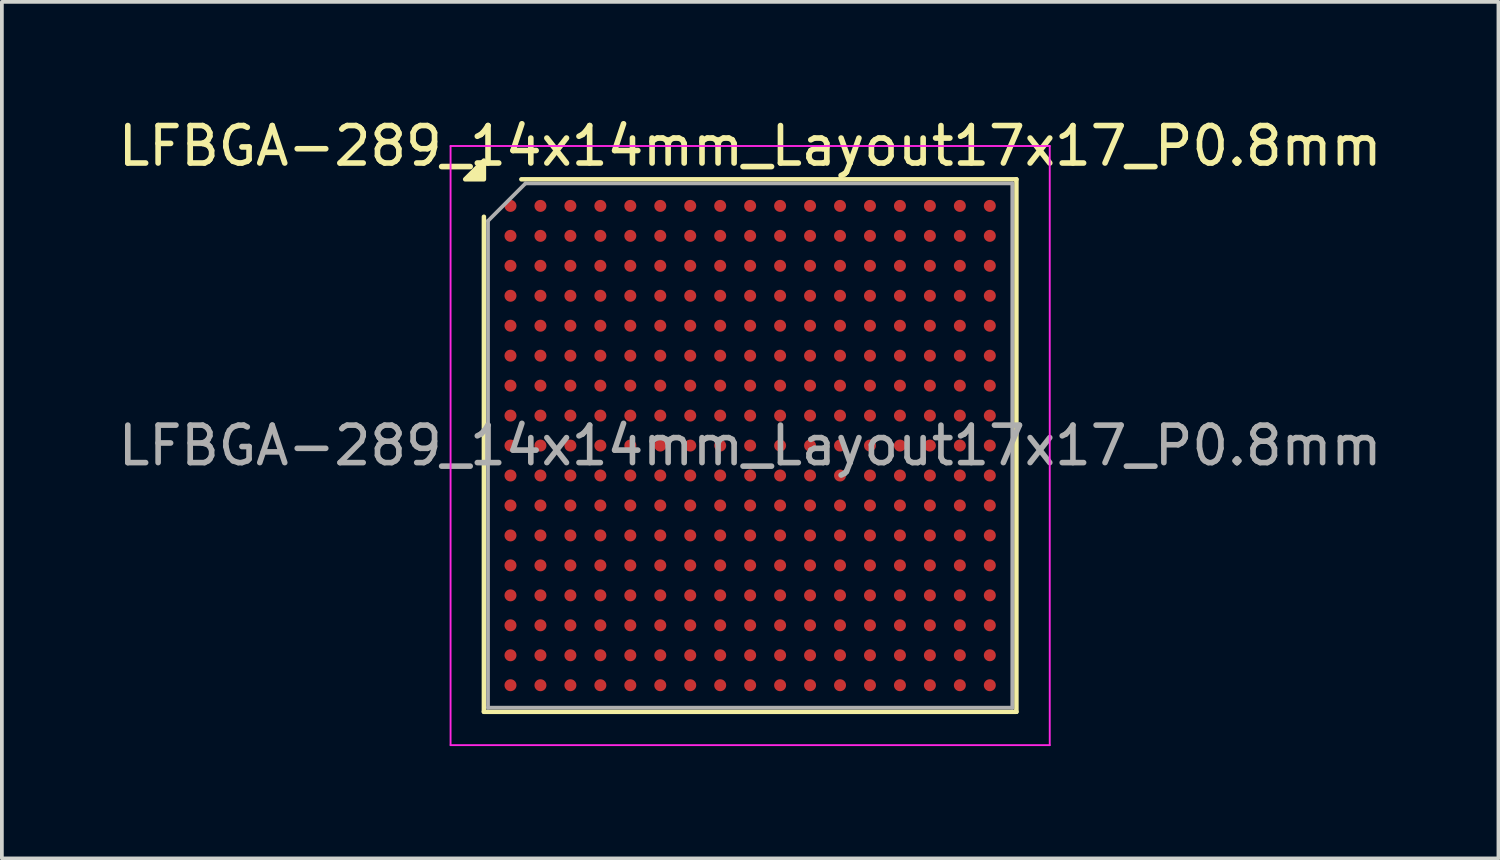
<source format=kicad_pcb>
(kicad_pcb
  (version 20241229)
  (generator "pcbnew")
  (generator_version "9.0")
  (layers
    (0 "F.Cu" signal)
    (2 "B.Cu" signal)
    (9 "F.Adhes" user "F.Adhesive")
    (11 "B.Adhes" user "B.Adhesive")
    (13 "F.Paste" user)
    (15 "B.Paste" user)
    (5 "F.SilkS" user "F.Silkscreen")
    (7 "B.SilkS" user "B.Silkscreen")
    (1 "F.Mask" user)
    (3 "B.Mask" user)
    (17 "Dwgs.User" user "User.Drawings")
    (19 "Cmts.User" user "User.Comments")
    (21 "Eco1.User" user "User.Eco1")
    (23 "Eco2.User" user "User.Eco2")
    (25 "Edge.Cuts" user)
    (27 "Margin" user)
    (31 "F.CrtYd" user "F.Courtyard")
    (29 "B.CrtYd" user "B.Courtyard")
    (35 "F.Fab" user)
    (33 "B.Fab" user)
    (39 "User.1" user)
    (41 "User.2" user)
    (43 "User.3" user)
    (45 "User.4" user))
  (footprint "LFBGA-289_14x14mm_Layout17x17_P0.8mm"
    (layer "F.Cu")
    (at 16.982 8.848)
    (property "Reference" "LFBGA-289_14x14mm_Layout17x17_P0.8mm" (at 0 -8 0) (layer "F.SilkS") (effects (font (size 1 1) (thickness 0.15))))
    (attr smd)
    (fp_line (start -7.11 7.11) (end -7.11 -6.11) (stroke (width 0.12) (type solid)) (layer "F.SilkS"))
    (fp_line (start -6.11 -7.11) (end 7.11 -7.11) (stroke (width 0.12) (type solid)) (layer "F.SilkS"))
    (fp_line (start 7.11 -7.11) (end 7.11 7.11) (stroke (width 0.12) (type solid)) (layer "F.SilkS"))
    (fp_line (start 7.11 7.11) (end -7.11 7.11) (stroke (width 0.12) (type solid)) (layer "F.SilkS"))
    (fp_poly (pts (xy -7.11 -7.11) (xy -7.61 -7.11) (xy -7.11 -7.61)) (stroke (width 0.12) (type solid)) (fill yes) (layer "F.SilkS"))
    (fp_line (start -8 -8) (end -8 8) (stroke (width 0.05) (type solid)) (layer "F.CrtYd"))
    (fp_line (start -8 8) (end 8 8) (stroke (width 0.05) (type solid)) (layer "F.CrtYd"))
    (fp_line (start 8 -8) (end -8 -8) (stroke (width 0.05) (type solid)) (layer "F.CrtYd"))
    (fp_line (start 8 8) (end 8 -8) (stroke (width 0.05) (type solid)) (layer "F.CrtYd"))
    (fp_line (start -7 -6) (end -6 -7) (stroke (width 0.1) (type solid)) (layer "F.Fab"))
    (fp_line (start -7 7) (end -7 -6) (stroke (width 0.1) (type solid)) (layer "F.Fab"))
    (fp_line (start -6 -7) (end 7 -7) (stroke (width 0.1) (type solid)) (layer "F.Fab"))
    (fp_line (start 7 -7) (end 7 7) (stroke (width 0.1) (type solid)) (layer "F.Fab"))
    (fp_line (start 7 7) (end -7 7) (stroke (width 0.1) (type solid)) (layer "F.Fab"))
    (fp_text user "${REFERENCE}" (at 0 0 0) (layer "F.Fab") (effects (font (size 1 1) (thickness 0.15))))
    (pad "A1" smd circle (at -6.4 -6.4) (size 0.32 0.32) (property pad_prop_bga) (layers "F.Cu" "F.Mask" "F.Paste"))
    (pad "A2" smd circle (at -5.6 -6.4) (size 0.32 0.32) (property pad_prop_bga) (layers "F.Cu" "F.Mask" "F.Paste"))
    (pad "A3" smd circle (at -4.8 -6.4) (size 0.32 0.32) (property pad_prop_bga) (layers "F.Cu" "F.Mask" "F.Paste"))
    (pad "A4" smd circle (at -4 -6.4) (size 0.32 0.32) (property pad_prop_bga) (layers "F.Cu" "F.Mask" "F.Paste"))
    (pad "A5" smd circle (at -3.2 -6.4) (size 0.32 0.32) (property pad_prop_bga) (layers "F.Cu" "F.Mask" "F.Paste"))
    (pad "A6" smd circle (at -2.4 -6.4) (size 0.32 0.32) (property pad_prop_bga) (layers "F.Cu" "F.Mask" "F.Paste"))
    (pad "A7" smd circle (at -1.6 -6.4) (size 0.32 0.32) (property pad_prop_bga) (layers "F.Cu" "F.Mask" "F.Paste"))
    (pad "A8" smd circle (at -0.8 -6.4) (size 0.32 0.32) (property pad_prop_bga) (layers "F.Cu" "F.Mask" "F.Paste"))
    (pad "A9" smd circle (at 0 -6.4) (size 0.32 0.32) (property pad_prop_bga) (layers "F.Cu" "F.Mask" "F.Paste"))
    (pad "A10" smd circle (at 0.8 -6.4) (size 0.32 0.32) (property pad_prop_bga) (layers "F.Cu" "F.Mask" "F.Paste"))
    (pad "A11" smd circle (at 1.6 -6.4) (size 0.32 0.32) (property pad_prop_bga) (layers "F.Cu" "F.Mask" "F.Paste"))
    (pad "A12" smd circle (at 2.4 -6.4) (size 0.32 0.32) (property pad_prop_bga) (layers "F.Cu" "F.Mask" "F.Paste"))
    (pad "A13" smd circle (at 3.2 -6.4) (size 0.32 0.32) (property pad_prop_bga) (layers "F.Cu" "F.Mask" "F.Paste"))
    (pad "A14" smd circle (at 4 -6.4) (size 0.32 0.32) (property pad_prop_bga) (layers "F.Cu" "F.Mask" "F.Paste"))
    (pad "A15" smd circle (at 4.8 -6.4) (size 0.32 0.32) (property pad_prop_bga) (layers "F.Cu" "F.Mask" "F.Paste"))
    (pad "A16" smd circle (at 5.6 -6.4) (size 0.32 0.32) (property pad_prop_bga) (layers "F.Cu" "F.Mask" "F.Paste"))
    (pad "A17" smd circle (at 6.4 -6.4) (size 0.32 0.32) (property pad_prop_bga) (layers "F.Cu" "F.Mask" "F.Paste"))
    (pad "B1" smd circle (at -6.4 -5.6) (size 0.32 0.32) (property pad_prop_bga) (layers "F.Cu" "F.Mask" "F.Paste"))
    (pad "B2" smd circle (at -5.6 -5.6) (size 0.32 0.32) (property pad_prop_bga) (layers "F.Cu" "F.Mask" "F.Paste"))
    (pad "B3" smd circle (at -4.8 -5.6) (size 0.32 0.32) (property pad_prop_bga) (layers "F.Cu" "F.Mask" "F.Paste"))
    (pad "B4" smd circle (at -4 -5.6) (size 0.32 0.32) (property pad_prop_bga) (layers "F.Cu" "F.Mask" "F.Paste"))
    (pad "B5" smd circle (at -3.2 -5.6) (size 0.32 0.32) (property pad_prop_bga) (layers "F.Cu" "F.Mask" "F.Paste"))
    (pad "B6" smd circle (at -2.4 -5.6) (size 0.32 0.32) (property pad_prop_bga) (layers "F.Cu" "F.Mask" "F.Paste"))
    (pad "B7" smd circle (at -1.6 -5.6) (size 0.32 0.32) (property pad_prop_bga) (layers "F.Cu" "F.Mask" "F.Paste"))
    (pad "B8" smd circle (at -0.8 -5.6) (size 0.32 0.32) (property pad_prop_bga) (layers "F.Cu" "F.Mask" "F.Paste"))
    (pad "B9" smd circle (at 0 -5.6) (size 0.32 0.32) (property pad_prop_bga) (layers "F.Cu" "F.Mask" "F.Paste"))
    (pad "B10" smd circle (at 0.8 -5.6) (size 0.32 0.32) (property pad_prop_bga) (layers "F.Cu" "F.Mask" "F.Paste"))
    (pad "B11" smd circle (at 1.6 -5.6) (size 0.32 0.32) (property pad_prop_bga) (layers "F.Cu" "F.Mask" "F.Paste"))
    (pad "B12" smd circle (at 2.4 -5.6) (size 0.32 0.32) (property pad_prop_bga) (layers "F.Cu" "F.Mask" "F.Paste"))
    (pad "B13" smd circle (at 3.2 -5.6) (size 0.32 0.32) (property pad_prop_bga) (layers "F.Cu" "F.Mask" "F.Paste"))
    (pad "B14" smd circle (at 4 -5.6) (size 0.32 0.32) (property pad_prop_bga) (layers "F.Cu" "F.Mask" "F.Paste"))
    (pad "B15" smd circle (at 4.8 -5.6) (size 0.32 0.32) (property pad_prop_bga) (layers "F.Cu" "F.Mask" "F.Paste"))
    (pad "B16" smd circle (at 5.6 -5.6) (size 0.32 0.32) (property pad_prop_bga) (layers "F.Cu" "F.Mask" "F.Paste"))
    (pad "B17" smd circle (at 6.4 -5.6) (size 0.32 0.32) (property pad_prop_bga) (layers "F.Cu" "F.Mask" "F.Paste"))
    (pad "C1" smd circle (at -6.4 -4.8) (size 0.32 0.32) (property pad_prop_bga) (layers "F.Cu" "F.Mask" "F.Paste"))
    (pad "C2" smd circle (at -5.6 -4.8) (size 0.32 0.32) (property pad_prop_bga) (layers "F.Cu" "F.Mask" "F.Paste"))
    (pad "C3" smd circle (at -4.8 -4.8) (size 0.32 0.32) (property pad_prop_bga) (layers "F.Cu" "F.Mask" "F.Paste"))
    (pad "C4" smd circle (at -4 -4.8) (size 0.32 0.32) (property pad_prop_bga) (layers "F.Cu" "F.Mask" "F.Paste"))
    (pad "C5" smd circle (at -3.2 -4.8) (size 0.32 0.32) (property pad_prop_bga) (layers "F.Cu" "F.Mask" "F.Paste"))
    (pad "C6" smd circle (at -2.4 -4.8) (size 0.32 0.32) (property pad_prop_bga) (layers "F.Cu" "F.Mask" "F.Paste"))
    (pad "C7" smd circle (at -1.6 -4.8) (size 0.32 0.32) (property pad_prop_bga) (layers "F.Cu" "F.Mask" "F.Paste"))
    (pad "C8" smd circle (at -0.8 -4.8) (size 0.32 0.32) (property pad_prop_bga) (layers "F.Cu" "F.Mask" "F.Paste"))
    (pad "C9" smd circle (at 0 -4.8) (size 0.32 0.32) (property pad_prop_bga) (layers "F.Cu" "F.Mask" "F.Paste"))
    (pad "C10" smd circle (at 0.8 -4.8) (size 0.32 0.32) (property pad_prop_bga) (layers "F.Cu" "F.Mask" "F.Paste"))
    (pad "C11" smd circle (at 1.6 -4.8) (size 0.32 0.32) (property pad_prop_bga) (layers "F.Cu" "F.Mask" "F.Paste"))
    (pad "C12" smd circle (at 2.4 -4.8) (size 0.32 0.32) (property pad_prop_bga) (layers "F.Cu" "F.Mask" "F.Paste"))
    (pad "C13" smd circle (at 3.2 -4.8) (size 0.32 0.32) (property pad_prop_bga) (layers "F.Cu" "F.Mask" "F.Paste"))
    (pad "C14" smd circle (at 4 -4.8) (size 0.32 0.32) (property pad_prop_bga) (layers "F.Cu" "F.Mask" "F.Paste"))
    (pad "C15" smd circle (at 4.8 -4.8) (size 0.32 0.32) (property pad_prop_bga) (layers "F.Cu" "F.Mask" "F.Paste"))
    (pad "C16" smd circle (at 5.6 -4.8) (size 0.32 0.32) (property pad_prop_bga) (layers "F.Cu" "F.Mask" "F.Paste"))
    (pad "C17" smd circle (at 6.4 -4.8) (size 0.32 0.32) (property pad_prop_bga) (layers "F.Cu" "F.Mask" "F.Paste"))
    (pad "D1" smd circle (at -6.4 -4) (size 0.32 0.32) (property pad_prop_bga) (layers "F.Cu" "F.Mask" "F.Paste"))
    (pad "D2" smd circle (at -5.6 -4) (size 0.32 0.32) (property pad_prop_bga) (layers "F.Cu" "F.Mask" "F.Paste"))
    (pad "D3" smd circle (at -4.8 -4) (size 0.32 0.32) (property pad_prop_bga) (layers "F.Cu" "F.Mask" "F.Paste"))
    (pad "D4" smd circle (at -4 -4) (size 0.32 0.32) (property pad_prop_bga) (layers "F.Cu" "F.Mask" "F.Paste"))
    (pad "D5" smd circle (at -3.2 -4) (size 0.32 0.32) (property pad_prop_bga) (layers "F.Cu" "F.Mask" "F.Paste"))
    (pad "D6" smd circle (at -2.4 -4) (size 0.32 0.32) (property pad_prop_bga) (layers "F.Cu" "F.Mask" "F.Paste"))
    (pad "D7" smd circle (at -1.6 -4) (size 0.32 0.32) (property pad_prop_bga) (layers "F.Cu" "F.Mask" "F.Paste"))
    (pad "D8" smd circle (at -0.8 -4) (size 0.32 0.32) (property pad_prop_bga) (layers "F.Cu" "F.Mask" "F.Paste"))
    (pad "D9" smd circle (at 0 -4) (size 0.32 0.32) (property pad_prop_bga) (layers "F.Cu" "F.Mask" "F.Paste"))
    (pad "D10" smd circle (at 0.8 -4) (size 0.32 0.32) (property pad_prop_bga) (layers "F.Cu" "F.Mask" "F.Paste"))
    (pad "D11" smd circle (at 1.6 -4) (size 0.32 0.32) (property pad_prop_bga) (layers "F.Cu" "F.Mask" "F.Paste"))
    (pad "D12" smd circle (at 2.4 -4) (size 0.32 0.32) (property pad_prop_bga) (layers "F.Cu" "F.Mask" "F.Paste"))
    (pad "D13" smd circle (at 3.2 -4) (size 0.32 0.32) (property pad_prop_bga) (layers "F.Cu" "F.Mask" "F.Paste"))
    (pad "D14" smd circle (at 4 -4) (size 0.32 0.32) (property pad_prop_bga) (layers "F.Cu" "F.Mask" "F.Paste"))
    (pad "D15" smd circle (at 4.8 -4) (size 0.32 0.32) (property pad_prop_bga) (layers "F.Cu" "F.Mask" "F.Paste"))
    (pad "D16" smd circle (at 5.6 -4) (size 0.32 0.32) (property pad_prop_bga) (layers "F.Cu" "F.Mask" "F.Paste"))
    (pad "D17" smd circle (at 6.4 -4) (size 0.32 0.32) (property pad_prop_bga) (layers "F.Cu" "F.Mask" "F.Paste"))
    (pad "E1" smd circle (at -6.4 -3.2) (size 0.32 0.32) (property pad_prop_bga) (layers "F.Cu" "F.Mask" "F.Paste"))
    (pad "E2" smd circle (at -5.6 -3.2) (size 0.32 0.32) (property pad_prop_bga) (layers "F.Cu" "F.Mask" "F.Paste"))
    (pad "E3" smd circle (at -4.8 -3.2) (size 0.32 0.32) (property pad_prop_bga) (layers "F.Cu" "F.Mask" "F.Paste"))
    (pad "E4" smd circle (at -4 -3.2) (size 0.32 0.32) (property pad_prop_bga) (layers "F.Cu" "F.Mask" "F.Paste"))
    (pad "E5" smd circle (at -3.2 -3.2) (size 0.32 0.32) (property pad_prop_bga) (layers "F.Cu" "F.Mask" "F.Paste"))
    (pad "E6" smd circle (at -2.4 -3.2) (size 0.32 0.32) (property pad_prop_bga) (layers "F.Cu" "F.Mask" "F.Paste"))
    (pad "E7" smd circle (at -1.6 -3.2) (size 0.32 0.32) (property pad_prop_bga) (layers "F.Cu" "F.Mask" "F.Paste"))
    (pad "E8" smd circle (at -0.8 -3.2) (size 0.32 0.32) (property pad_prop_bga) (layers "F.Cu" "F.Mask" "F.Paste"))
    (pad "E9" smd circle (at 0 -3.2) (size 0.32 0.32) (property pad_prop_bga) (layers "F.Cu" "F.Mask" "F.Paste"))
    (pad "E10" smd circle (at 0.8 -3.2) (size 0.32 0.32) (property pad_prop_bga) (layers "F.Cu" "F.Mask" "F.Paste"))
    (pad "E11" smd circle (at 1.6 -3.2) (size 0.32 0.32) (property pad_prop_bga) (layers "F.Cu" "F.Mask" "F.Paste"))
    (pad "E12" smd circle (at 2.4 -3.2) (size 0.32 0.32) (property pad_prop_bga) (layers "F.Cu" "F.Mask" "F.Paste"))
    (pad "E13" smd circle (at 3.2 -3.2) (size 0.32 0.32) (property pad_prop_bga) (layers "F.Cu" "F.Mask" "F.Paste"))
    (pad "E14" smd circle (at 4 -3.2) (size 0.32 0.32) (property pad_prop_bga) (layers "F.Cu" "F.Mask" "F.Paste"))
    (pad "E15" smd circle (at 4.8 -3.2) (size 0.32 0.32) (property pad_prop_bga) (layers "F.Cu" "F.Mask" "F.Paste"))
    (pad "E16" smd circle (at 5.6 -3.2) (size 0.32 0.32) (property pad_prop_bga) (layers "F.Cu" "F.Mask" "F.Paste"))
    (pad "E17" smd circle (at 6.4 -3.2) (size 0.32 0.32) (property pad_prop_bga) (layers "F.Cu" "F.Mask" "F.Paste"))
    (pad "F1" smd circle (at -6.4 -2.4) (size 0.32 0.32) (property pad_prop_bga) (layers "F.Cu" "F.Mask" "F.Paste"))
    (pad "F2" smd circle (at -5.6 -2.4) (size 0.32 0.32) (property pad_prop_bga) (layers "F.Cu" "F.Mask" "F.Paste"))
    (pad "F3" smd circle (at -4.8 -2.4) (size 0.32 0.32) (property pad_prop_bga) (layers "F.Cu" "F.Mask" "F.Paste"))
    (pad "F4" smd circle (at -4 -2.4) (size 0.32 0.32) (property pad_prop_bga) (layers "F.Cu" "F.Mask" "F.Paste"))
    (pad "F5" smd circle (at -3.2 -2.4) (size 0.32 0.32) (property pad_prop_bga) (layers "F.Cu" "F.Mask" "F.Paste"))
    (pad "F6" smd circle (at -2.4 -2.4) (size 0.32 0.32) (property pad_prop_bga) (layers "F.Cu" "F.Mask" "F.Paste"))
    (pad "F7" smd circle (at -1.6 -2.4) (size 0.32 0.32) (property pad_prop_bga) (layers "F.Cu" "F.Mask" "F.Paste"))
    (pad "F8" smd circle (at -0.8 -2.4) (size 0.32 0.32) (property pad_prop_bga) (layers "F.Cu" "F.Mask" "F.Paste"))
    (pad "F9" smd circle (at 0 -2.4) (size 0.32 0.32) (property pad_prop_bga) (layers "F.Cu" "F.Mask" "F.Paste"))
    (pad "F10" smd circle (at 0.8 -2.4) (size 0.32 0.32) (property pad_prop_bga) (layers "F.Cu" "F.Mask" "F.Paste"))
    (pad "F11" smd circle (at 1.6 -2.4) (size 0.32 0.32) (property pad_prop_bga) (layers "F.Cu" "F.Mask" "F.Paste"))
    (pad "F12" smd circle (at 2.4 -2.4) (size 0.32 0.32) (property pad_prop_bga) (layers "F.Cu" "F.Mask" "F.Paste"))
    (pad "F13" smd circle (at 3.2 -2.4) (size 0.32 0.32) (property pad_prop_bga) (layers "F.Cu" "F.Mask" "F.Paste"))
    (pad "F14" smd circle (at 4 -2.4) (size 0.32 0.32) (property pad_prop_bga) (layers "F.Cu" "F.Mask" "F.Paste"))
    (pad "F15" smd circle (at 4.8 -2.4) (size 0.32 0.32) (property pad_prop_bga) (layers "F.Cu" "F.Mask" "F.Paste"))
    (pad "F16" smd circle (at 5.6 -2.4) (size 0.32 0.32) (property pad_prop_bga) (layers "F.Cu" "F.Mask" "F.Paste"))
    (pad "F17" smd circle (at 6.4 -2.4) (size 0.32 0.32) (property pad_prop_bga) (layers "F.Cu" "F.Mask" "F.Paste"))
    (pad "G1" smd circle (at -6.4 -1.6) (size 0.32 0.32) (property pad_prop_bga) (layers "F.Cu" "F.Mask" "F.Paste"))
    (pad "G2" smd circle (at -5.6 -1.6) (size 0.32 0.32) (property pad_prop_bga) (layers "F.Cu" "F.Mask" "F.Paste"))
    (pad "G3" smd circle (at -4.8 -1.6) (size 0.32 0.32) (property pad_prop_bga) (layers "F.Cu" "F.Mask" "F.Paste"))
    (pad "G4" smd circle (at -4 -1.6) (size 0.32 0.32) (property pad_prop_bga) (layers "F.Cu" "F.Mask" "F.Paste"))
    (pad "G5" smd circle (at -3.2 -1.6) (size 0.32 0.32) (property pad_prop_bga) (layers "F.Cu" "F.Mask" "F.Paste"))
    (pad "G6" smd circle (at -2.4 -1.6) (size 0.32 0.32) (property pad_prop_bga) (layers "F.Cu" "F.Mask" "F.Paste"))
    (pad "G7" smd circle (at -1.6 -1.6) (size 0.32 0.32) (property pad_prop_bga) (layers "F.Cu" "F.Mask" "F.Paste"))
    (pad "G8" smd circle (at -0.8 -1.6) (size 0.32 0.32) (property pad_prop_bga) (layers "F.Cu" "F.Mask" "F.Paste"))
    (pad "G9" smd circle (at 0 -1.6) (size 0.32 0.32) (property pad_prop_bga) (layers "F.Cu" "F.Mask" "F.Paste"))
    (pad "G10" smd circle (at 0.8 -1.6) (size 0.32 0.32) (property pad_prop_bga) (layers "F.Cu" "F.Mask" "F.Paste"))
    (pad "G11" smd circle (at 1.6 -1.6) (size 0.32 0.32) (property pad_prop_bga) (layers "F.Cu" "F.Mask" "F.Paste"))
    (pad "G12" smd circle (at 2.4 -1.6) (size 0.32 0.32) (property pad_prop_bga) (layers "F.Cu" "F.Mask" "F.Paste"))
    (pad "G13" smd circle (at 3.2 -1.6) (size 0.32 0.32) (property pad_prop_bga) (layers "F.Cu" "F.Mask" "F.Paste"))
    (pad "G14" smd circle (at 4 -1.6) (size 0.32 0.32) (property pad_prop_bga) (layers "F.Cu" "F.Mask" "F.Paste"))
    (pad "G15" smd circle (at 4.8 -1.6) (size 0.32 0.32) (property pad_prop_bga) (layers "F.Cu" "F.Mask" "F.Paste"))
    (pad "G16" smd circle (at 5.6 -1.6) (size 0.32 0.32) (property pad_prop_bga) (layers "F.Cu" "F.Mask" "F.Paste"))
    (pad "G17" smd circle (at 6.4 -1.6) (size 0.32 0.32) (property pad_prop_bga) (layers "F.Cu" "F.Mask" "F.Paste"))
    (pad "H1" smd circle (at -6.4 -0.8) (size 0.32 0.32) (property pad_prop_bga) (layers "F.Cu" "F.Mask" "F.Paste"))
    (pad "H2" smd circle (at -5.6 -0.8) (size 0.32 0.32) (property pad_prop_bga) (layers "F.Cu" "F.Mask" "F.Paste"))
    (pad "H3" smd circle (at -4.8 -0.8) (size 0.32 0.32) (property pad_prop_bga) (layers "F.Cu" "F.Mask" "F.Paste"))
    (pad "H4" smd circle (at -4 -0.8) (size 0.32 0.32) (property pad_prop_bga) (layers "F.Cu" "F.Mask" "F.Paste"))
    (pad "H5" smd circle (at -3.2 -0.8) (size 0.32 0.32) (property pad_prop_bga) (layers "F.Cu" "F.Mask" "F.Paste"))
    (pad "H6" smd circle (at -2.4 -0.8) (size 0.32 0.32) (property pad_prop_bga) (layers "F.Cu" "F.Mask" "F.Paste"))
    (pad "H7" smd circle (at -1.6 -0.8) (size 0.32 0.32) (property pad_prop_bga) (layers "F.Cu" "F.Mask" "F.Paste"))
    (pad "H8" smd circle (at -0.8 -0.8) (size 0.32 0.32) (property pad_prop_bga) (layers "F.Cu" "F.Mask" "F.Paste"))
    (pad "H9" smd circle (at 0 -0.8) (size 0.32 0.32) (property pad_prop_bga) (layers "F.Cu" "F.Mask" "F.Paste"))
    (pad "H10" smd circle (at 0.8 -0.8) (size 0.32 0.32) (property pad_prop_bga) (layers "F.Cu" "F.Mask" "F.Paste"))
    (pad "H11" smd circle (at 1.6 -0.8) (size 0.32 0.32) (property pad_prop_bga) (layers "F.Cu" "F.Mask" "F.Paste"))
    (pad "H12" smd circle (at 2.4 -0.8) (size 0.32 0.32) (property pad_prop_bga) (layers "F.Cu" "F.Mask" "F.Paste"))
    (pad "H13" smd circle (at 3.2 -0.8) (size 0.32 0.32) (property pad_prop_bga) (layers "F.Cu" "F.Mask" "F.Paste"))
    (pad "H14" smd circle (at 4 -0.8) (size 0.32 0.32) (property pad_prop_bga) (layers "F.Cu" "F.Mask" "F.Paste"))
    (pad "H15" smd circle (at 4.8 -0.8) (size 0.32 0.32) (property pad_prop_bga) (layers "F.Cu" "F.Mask" "F.Paste"))
    (pad "H16" smd circle (at 5.6 -0.8) (size 0.32 0.32) (property pad_prop_bga) (layers "F.Cu" "F.Mask" "F.Paste"))
    (pad "H17" smd circle (at 6.4 -0.8) (size 0.32 0.32) (property pad_prop_bga) (layers "F.Cu" "F.Mask" "F.Paste"))
    (pad "J1" smd circle (at -6.4 0) (size 0.32 0.32) (property pad_prop_bga) (layers "F.Cu" "F.Mask" "F.Paste"))
    (pad "J2" smd circle (at -5.6 0) (size 0.32 0.32) (property pad_prop_bga) (layers "F.Cu" "F.Mask" "F.Paste"))
    (pad "J3" smd circle (at -4.8 0) (size 0.32 0.32) (property pad_prop_bga) (layers "F.Cu" "F.Mask" "F.Paste"))
    (pad "J4" smd circle (at -4 0) (size 0.32 0.32) (property pad_prop_bga) (layers "F.Cu" "F.Mask" "F.Paste"))
    (pad "J5" smd circle (at -3.2 0) (size 0.32 0.32) (property pad_prop_bga) (layers "F.Cu" "F.Mask" "F.Paste"))
    (pad "J6" smd circle (at -2.4 0) (size 0.32 0.32) (property pad_prop_bga) (layers "F.Cu" "F.Mask" "F.Paste"))
    (pad "J7" smd circle (at -1.6 0) (size 0.32 0.32) (property pad_prop_bga) (layers "F.Cu" "F.Mask" "F.Paste"))
    (pad "J8" smd circle (at -0.8 0) (size 0.32 0.32) (property pad_prop_bga) (layers "F.Cu" "F.Mask" "F.Paste"))
    (pad "J9" smd circle (at 0 0) (size 0.32 0.32) (property pad_prop_bga) (layers "F.Cu" "F.Mask" "F.Paste"))
    (pad "J10" smd circle (at 0.8 0) (size 0.32 0.32) (property pad_prop_bga) (layers "F.Cu" "F.Mask" "F.Paste"))
    (pad "J11" smd circle (at 1.6 0) (size 0.32 0.32) (property pad_prop_bga) (layers "F.Cu" "F.Mask" "F.Paste"))
    (pad "J12" smd circle (at 2.4 0) (size 0.32 0.32) (property pad_prop_bga) (layers "F.Cu" "F.Mask" "F.Paste"))
    (pad "J13" smd circle (at 3.2 0) (size 0.32 0.32) (property pad_prop_bga) (layers "F.Cu" "F.Mask" "F.Paste"))
    (pad "J14" smd circle (at 4 0) (size 0.32 0.32) (property pad_prop_bga) (layers "F.Cu" "F.Mask" "F.Paste"))
    (pad "J15" smd circle (at 4.8 0) (size 0.32 0.32) (property pad_prop_bga) (layers "F.Cu" "F.Mask" "F.Paste"))
    (pad "J16" smd circle (at 5.6 0) (size 0.32 0.32) (property pad_prop_bga) (layers "F.Cu" "F.Mask" "F.Paste"))
    (pad "J17" smd circle (at 6.4 0) (size 0.32 0.32) (property pad_prop_bga) (layers "F.Cu" "F.Mask" "F.Paste"))
    (pad "K1" smd circle (at -6.4 0.8) (size 0.32 0.32) (property pad_prop_bga) (layers "F.Cu" "F.Mask" "F.Paste"))
    (pad "K2" smd circle (at -5.6 0.8) (size 0.32 0.32) (property pad_prop_bga) (layers "F.Cu" "F.Mask" "F.Paste"))
    (pad "K3" smd circle (at -4.8 0.8) (size 0.32 0.32) (property pad_prop_bga) (layers "F.Cu" "F.Mask" "F.Paste"))
    (pad "K4" smd circle (at -4 0.8) (size 0.32 0.32) (property pad_prop_bga) (layers "F.Cu" "F.Mask" "F.Paste"))
    (pad "K5" smd circle (at -3.2 0.8) (size 0.32 0.32) (property pad_prop_bga) (layers "F.Cu" "F.Mask" "F.Paste"))
    (pad "K6" smd circle (at -2.4 0.8) (size 0.32 0.32) (property pad_prop_bga) (layers "F.Cu" "F.Mask" "F.Paste"))
    (pad "K7" smd circle (at -1.6 0.8) (size 0.32 0.32) (property pad_prop_bga) (layers "F.Cu" "F.Mask" "F.Paste"))
    (pad "K8" smd circle (at -0.8 0.8) (size 0.32 0.32) (property pad_prop_bga) (layers "F.Cu" "F.Mask" "F.Paste"))
    (pad "K9" smd circle (at 0 0.8) (size 0.32 0.32) (property pad_prop_bga) (layers "F.Cu" "F.Mask" "F.Paste"))
    (pad "K10" smd circle (at 0.8 0.8) (size 0.32 0.32) (property pad_prop_bga) (layers "F.Cu" "F.Mask" "F.Paste"))
    (pad "K11" smd circle (at 1.6 0.8) (size 0.32 0.32) (property pad_prop_bga) (layers "F.Cu" "F.Mask" "F.Paste"))
    (pad "K12" smd circle (at 2.4 0.8) (size 0.32 0.32) (property pad_prop_bga) (layers "F.Cu" "F.Mask" "F.Paste"))
    (pad "K13" smd circle (at 3.2 0.8) (size 0.32 0.32) (property pad_prop_bga) (layers "F.Cu" "F.Mask" "F.Paste"))
    (pad "K14" smd circle (at 4 0.8) (size 0.32 0.32) (property pad_prop_bga) (layers "F.Cu" "F.Mask" "F.Paste"))
    (pad "K15" smd circle (at 4.8 0.8) (size 0.32 0.32) (property pad_prop_bga) (layers "F.Cu" "F.Mask" "F.Paste"))
    (pad "K16" smd circle (at 5.6 0.8) (size 0.32 0.32) (property pad_prop_bga) (layers "F.Cu" "F.Mask" "F.Paste"))
    (pad "K17" smd circle (at 6.4 0.8) (size 0.32 0.32) (property pad_prop_bga) (layers "F.Cu" "F.Mask" "F.Paste"))
    (pad "L1" smd circle (at -6.4 1.6) (size 0.32 0.32) (property pad_prop_bga) (layers "F.Cu" "F.Mask" "F.Paste"))
    (pad "L2" smd circle (at -5.6 1.6) (size 0.32 0.32) (property pad_prop_bga) (layers "F.Cu" "F.Mask" "F.Paste"))
    (pad "L3" smd circle (at -4.8 1.6) (size 0.32 0.32) (property pad_prop_bga) (layers "F.Cu" "F.Mask" "F.Paste"))
    (pad "L4" smd circle (at -4 1.6) (size 0.32 0.32) (property pad_prop_bga) (layers "F.Cu" "F.Mask" "F.Paste"))
    (pad "L5" smd circle (at -3.2 1.6) (size 0.32 0.32) (property pad_prop_bga) (layers "F.Cu" "F.Mask" "F.Paste"))
    (pad "L6" smd circle (at -2.4 1.6) (size 0.32 0.32) (property pad_prop_bga) (layers "F.Cu" "F.Mask" "F.Paste"))
    (pad "L7" smd circle (at -1.6 1.6) (size 0.32 0.32) (property pad_prop_bga) (layers "F.Cu" "F.Mask" "F.Paste"))
    (pad "L8" smd circle (at -0.8 1.6) (size 0.32 0.32) (property pad_prop_bga) (layers "F.Cu" "F.Mask" "F.Paste"))
    (pad "L9" smd circle (at 0 1.6) (size 0.32 0.32) (property pad_prop_bga) (layers "F.Cu" "F.Mask" "F.Paste"))
    (pad "L10" smd circle (at 0.8 1.6) (size 0.32 0.32) (property pad_prop_bga) (layers "F.Cu" "F.Mask" "F.Paste"))
    (pad "L11" smd circle (at 1.6 1.6) (size 0.32 0.32) (property pad_prop_bga) (layers "F.Cu" "F.Mask" "F.Paste"))
    (pad "L12" smd circle (at 2.4 1.6) (size 0.32 0.32) (property pad_prop_bga) (layers "F.Cu" "F.Mask" "F.Paste"))
    (pad "L13" smd circle (at 3.2 1.6) (size 0.32 0.32) (property pad_prop_bga) (layers "F.Cu" "F.Mask" "F.Paste"))
    (pad "L14" smd circle (at 4 1.6) (size 0.32 0.32) (property pad_prop_bga) (layers "F.Cu" "F.Mask" "F.Paste"))
    (pad "L15" smd circle (at 4.8 1.6) (size 0.32 0.32) (property pad_prop_bga) (layers "F.Cu" "F.Mask" "F.Paste"))
    (pad "L16" smd circle (at 5.6 1.6) (size 0.32 0.32) (property pad_prop_bga) (layers "F.Cu" "F.Mask" "F.Paste"))
    (pad "L17" smd circle (at 6.4 1.6) (size 0.32 0.32) (property pad_prop_bga) (layers "F.Cu" "F.Mask" "F.Paste"))
    (pad "M1" smd circle (at -6.4 2.4) (size 0.32 0.32) (property pad_prop_bga) (layers "F.Cu" "F.Mask" "F.Paste"))
    (pad "M2" smd circle (at -5.6 2.4) (size 0.32 0.32) (property pad_prop_bga) (layers "F.Cu" "F.Mask" "F.Paste"))
    (pad "M3" smd circle (at -4.8 2.4) (size 0.32 0.32) (property pad_prop_bga) (layers "F.Cu" "F.Mask" "F.Paste"))
    (pad "M4" smd circle (at -4 2.4) (size 0.32 0.32) (property pad_prop_bga) (layers "F.Cu" "F.Mask" "F.Paste"))
    (pad "M5" smd circle (at -3.2 2.4) (size 0.32 0.32) (property pad_prop_bga) (layers "F.Cu" "F.Mask" "F.Paste"))
    (pad "M6" smd circle (at -2.4 2.4) (size 0.32 0.32) (property pad_prop_bga) (layers "F.Cu" "F.Mask" "F.Paste"))
    (pad "M7" smd circle (at -1.6 2.4) (size 0.32 0.32) (property pad_prop_bga) (layers "F.Cu" "F.Mask" "F.Paste"))
    (pad "M8" smd circle (at -0.8 2.4) (size 0.32 0.32) (property pad_prop_bga) (layers "F.Cu" "F.Mask" "F.Paste"))
    (pad "M9" smd circle (at 0 2.4) (size 0.32 0.32) (property pad_prop_bga) (layers "F.Cu" "F.Mask" "F.Paste"))
    (pad "M10" smd circle (at 0.8 2.4) (size 0.32 0.32) (property pad_prop_bga) (layers "F.Cu" "F.Mask" "F.Paste"))
    (pad "M11" smd circle (at 1.6 2.4) (size 0.32 0.32) (property pad_prop_bga) (layers "F.Cu" "F.Mask" "F.Paste"))
    (pad "M12" smd circle (at 2.4 2.4) (size 0.32 0.32) (property pad_prop_bga) (layers "F.Cu" "F.Mask" "F.Paste"))
    (pad "M13" smd circle (at 3.2 2.4) (size 0.32 0.32) (property pad_prop_bga) (layers "F.Cu" "F.Mask" "F.Paste"))
    (pad "M14" smd circle (at 4 2.4) (size 0.32 0.32) (property pad_prop_bga) (layers "F.Cu" "F.Mask" "F.Paste"))
    (pad "M15" smd circle (at 4.8 2.4) (size 0.32 0.32) (property pad_prop_bga) (layers "F.Cu" "F.Mask" "F.Paste"))
    (pad "M16" smd circle (at 5.6 2.4) (size 0.32 0.32) (property pad_prop_bga) (layers "F.Cu" "F.Mask" "F.Paste"))
    (pad "M17" smd circle (at 6.4 2.4) (size 0.32 0.32) (property pad_prop_bga) (layers "F.Cu" "F.Mask" "F.Paste"))
    (pad "N1" smd circle (at -6.4 3.2) (size 0.32 0.32) (property pad_prop_bga) (layers "F.Cu" "F.Mask" "F.Paste"))
    (pad "N2" smd circle (at -5.6 3.2) (size 0.32 0.32) (property pad_prop_bga) (layers "F.Cu" "F.Mask" "F.Paste"))
    (pad "N3" smd circle (at -4.8 3.2) (size 0.32 0.32) (property pad_prop_bga) (layers "F.Cu" "F.Mask" "F.Paste"))
    (pad "N4" smd circle (at -4 3.2) (size 0.32 0.32) (property pad_prop_bga) (layers "F.Cu" "F.Mask" "F.Paste"))
    (pad "N5" smd circle (at -3.2 3.2) (size 0.32 0.32) (property pad_prop_bga) (layers "F.Cu" "F.Mask" "F.Paste"))
    (pad "N6" smd circle (at -2.4 3.2) (size 0.32 0.32) (property pad_prop_bga) (layers "F.Cu" "F.Mask" "F.Paste"))
    (pad "N7" smd circle (at -1.6 3.2) (size 0.32 0.32) (property pad_prop_bga) (layers "F.Cu" "F.Mask" "F.Paste"))
    (pad "N8" smd circle (at -0.8 3.2) (size 0.32 0.32) (property pad_prop_bga) (layers "F.Cu" "F.Mask" "F.Paste"))
    (pad "N9" smd circle (at 0 3.2) (size 0.32 0.32) (property pad_prop_bga) (layers "F.Cu" "F.Mask" "F.Paste"))
    (pad "N10" smd circle (at 0.8 3.2) (size 0.32 0.32) (property pad_prop_bga) (layers "F.Cu" "F.Mask" "F.Paste"))
    (pad "N11" smd circle (at 1.6 3.2) (size 0.32 0.32) (property pad_prop_bga) (layers "F.Cu" "F.Mask" "F.Paste"))
    (pad "N12" smd circle (at 2.4 3.2) (size 0.32 0.32) (property pad_prop_bga) (layers "F.Cu" "F.Mask" "F.Paste"))
    (pad "N13" smd circle (at 3.2 3.2) (size 0.32 0.32) (property pad_prop_bga) (layers "F.Cu" "F.Mask" "F.Paste"))
    (pad "N14" smd circle (at 4 3.2) (size 0.32 0.32) (property pad_prop_bga) (layers "F.Cu" "F.Mask" "F.Paste"))
    (pad "N15" smd circle (at 4.8 3.2) (size 0.32 0.32) (property pad_prop_bga) (layers "F.Cu" "F.Mask" "F.Paste"))
    (pad "N16" smd circle (at 5.6 3.2) (size 0.32 0.32) (property pad_prop_bga) (layers "F.Cu" "F.Mask" "F.Paste"))
    (pad "N17" smd circle (at 6.4 3.2) (size 0.32 0.32) (property pad_prop_bga) (layers "F.Cu" "F.Mask" "F.Paste"))
    (pad "P1" smd circle (at -6.4 4) (size 0.32 0.32) (property pad_prop_bga) (layers "F.Cu" "F.Mask" "F.Paste"))
    (pad "P2" smd circle (at -5.6 4) (size 0.32 0.32) (property pad_prop_bga) (layers "F.Cu" "F.Mask" "F.Paste"))
    (pad "P3" smd circle (at -4.8 4) (size 0.32 0.32) (property pad_prop_bga) (layers "F.Cu" "F.Mask" "F.Paste"))
    (pad "P4" smd circle (at -4 4) (size 0.32 0.32) (property pad_prop_bga) (layers "F.Cu" "F.Mask" "F.Paste"))
    (pad "P5" smd circle (at -3.2 4) (size 0.32 0.32) (property pad_prop_bga) (layers "F.Cu" "F.Mask" "F.Paste"))
    (pad "P6" smd circle (at -2.4 4) (size 0.32 0.32) (property pad_prop_bga) (layers "F.Cu" "F.Mask" "F.Paste"))
    (pad "P7" smd circle (at -1.6 4) (size 0.32 0.32) (property pad_prop_bga) (layers "F.Cu" "F.Mask" "F.Paste"))
    (pad "P8" smd circle (at -0.8 4) (size 0.32 0.32) (property pad_prop_bga) (layers "F.Cu" "F.Mask" "F.Paste"))
    (pad "P9" smd circle (at 0 4) (size 0.32 0.32) (property pad_prop_bga) (layers "F.Cu" "F.Mask" "F.Paste"))
    (pad "P10" smd circle (at 0.8 4) (size 0.32 0.32) (property pad_prop_bga) (layers "F.Cu" "F.Mask" "F.Paste"))
    (pad "P11" smd circle (at 1.6 4) (size 0.32 0.32) (property pad_prop_bga) (layers "F.Cu" "F.Mask" "F.Paste"))
    (pad "P12" smd circle (at 2.4 4) (size 0.32 0.32) (property pad_prop_bga) (layers "F.Cu" "F.Mask" "F.Paste"))
    (pad "P13" smd circle (at 3.2 4) (size 0.32 0.32) (property pad_prop_bga) (layers "F.Cu" "F.Mask" "F.Paste"))
    (pad "P14" smd circle (at 4 4) (size 0.32 0.32) (property pad_prop_bga) (layers "F.Cu" "F.Mask" "F.Paste"))
    (pad "P15" smd circle (at 4.8 4) (size 0.32 0.32) (property pad_prop_bga) (layers "F.Cu" "F.Mask" "F.Paste"))
    (pad "P16" smd circle (at 5.6 4) (size 0.32 0.32) (property pad_prop_bga) (layers "F.Cu" "F.Mask" "F.Paste"))
    (pad "P17" smd circle (at 6.4 4) (size 0.32 0.32) (property pad_prop_bga) (layers "F.Cu" "F.Mask" "F.Paste"))
    (pad "R1" smd circle (at -6.4 4.8) (size 0.32 0.32) (property pad_prop_bga) (layers "F.Cu" "F.Mask" "F.Paste"))
    (pad "R2" smd circle (at -5.6 4.8) (size 0.32 0.32) (property pad_prop_bga) (layers "F.Cu" "F.Mask" "F.Paste"))
    (pad "R3" smd circle (at -4.8 4.8) (size 0.32 0.32) (property pad_prop_bga) (layers "F.Cu" "F.Mask" "F.Paste"))
    (pad "R4" smd circle (at -4 4.8) (size 0.32 0.32) (property pad_prop_bga) (layers "F.Cu" "F.Mask" "F.Paste"))
    (pad "R5" smd circle (at -3.2 4.8) (size 0.32 0.32) (property pad_prop_bga) (layers "F.Cu" "F.Mask" "F.Paste"))
    (pad "R6" smd circle (at -2.4 4.8) (size 0.32 0.32) (property pad_prop_bga) (layers "F.Cu" "F.Mask" "F.Paste"))
    (pad "R7" smd circle (at -1.6 4.8) (size 0.32 0.32) (property pad_prop_bga) (layers "F.Cu" "F.Mask" "F.Paste"))
    (pad "R8" smd circle (at -0.8 4.8) (size 0.32 0.32) (property pad_prop_bga) (layers "F.Cu" "F.Mask" "F.Paste"))
    (pad "R9" smd circle (at 0 4.8) (size 0.32 0.32) (property pad_prop_bga) (layers "F.Cu" "F.Mask" "F.Paste"))
    (pad "R10" smd circle (at 0.8 4.8) (size 0.32 0.32) (property pad_prop_bga) (layers "F.Cu" "F.Mask" "F.Paste"))
    (pad "R11" smd circle (at 1.6 4.8) (size 0.32 0.32) (property pad_prop_bga) (layers "F.Cu" "F.Mask" "F.Paste"))
    (pad "R12" smd circle (at 2.4 4.8) (size 0.32 0.32) (property pad_prop_bga) (layers "F.Cu" "F.Mask" "F.Paste"))
    (pad "R13" smd circle (at 3.2 4.8) (size 0.32 0.32) (property pad_prop_bga) (layers "F.Cu" "F.Mask" "F.Paste"))
    (pad "R14" smd circle (at 4 4.8) (size 0.32 0.32) (property pad_prop_bga) (layers "F.Cu" "F.Mask" "F.Paste"))
    (pad "R15" smd circle (at 4.8 4.8) (size 0.32 0.32) (property pad_prop_bga) (layers "F.Cu" "F.Mask" "F.Paste"))
    (pad "R16" smd circle (at 5.6 4.8) (size 0.32 0.32) (property pad_prop_bga) (layers "F.Cu" "F.Mask" "F.Paste"))
    (pad "R17" smd circle (at 6.4 4.8) (size 0.32 0.32) (property pad_prop_bga) (layers "F.Cu" "F.Mask" "F.Paste"))
    (pad "T1" smd circle (at -6.4 5.6) (size 0.32 0.32) (property pad_prop_bga) (layers "F.Cu" "F.Mask" "F.Paste"))
    (pad "T2" smd circle (at -5.6 5.6) (size 0.32 0.32) (property pad_prop_bga) (layers "F.Cu" "F.Mask" "F.Paste"))
    (pad "T3" smd circle (at -4.8 5.6) (size 0.32 0.32) (property pad_prop_bga) (layers "F.Cu" "F.Mask" "F.Paste"))
    (pad "T4" smd circle (at -4 5.6) (size 0.32 0.32) (property pad_prop_bga) (layers "F.Cu" "F.Mask" "F.Paste"))
    (pad "T5" smd circle (at -3.2 5.6) (size 0.32 0.32) (property pad_prop_bga) (layers "F.Cu" "F.Mask" "F.Paste"))
    (pad "T6" smd circle (at -2.4 5.6) (size 0.32 0.32) (property pad_prop_bga) (layers "F.Cu" "F.Mask" "F.Paste"))
    (pad "T7" smd circle (at -1.6 5.6) (size 0.32 0.32) (property pad_prop_bga) (layers "F.Cu" "F.Mask" "F.Paste"))
    (pad "T8" smd circle (at -0.8 5.6) (size 0.32 0.32) (property pad_prop_bga) (layers "F.Cu" "F.Mask" "F.Paste"))
    (pad "T9" smd circle (at 0 5.6) (size 0.32 0.32) (property pad_prop_bga) (layers "F.Cu" "F.Mask" "F.Paste"))
    (pad "T10" smd circle (at 0.8 5.6) (size 0.32 0.32) (property pad_prop_bga) (layers "F.Cu" "F.Mask" "F.Paste"))
    (pad "T11" smd circle (at 1.6 5.6) (size 0.32 0.32) (property pad_prop_bga) (layers "F.Cu" "F.Mask" "F.Paste"))
    (pad "T12" smd circle (at 2.4 5.6) (size 0.32 0.32) (property pad_prop_bga) (layers "F.Cu" "F.Mask" "F.Paste"))
    (pad "T13" smd circle (at 3.2 5.6) (size 0.32 0.32) (property pad_prop_bga) (layers "F.Cu" "F.Mask" "F.Paste"))
    (pad "T14" smd circle (at 4 5.6) (size 0.32 0.32) (property pad_prop_bga) (layers "F.Cu" "F.Mask" "F.Paste"))
    (pad "T15" smd circle (at 4.8 5.6) (size 0.32 0.32) (property pad_prop_bga) (layers "F.Cu" "F.Mask" "F.Paste"))
    (pad "T16" smd circle (at 5.6 5.6) (size 0.32 0.32) (property pad_prop_bga) (layers "F.Cu" "F.Mask" "F.Paste"))
    (pad "T17" smd circle (at 6.4 5.6) (size 0.32 0.32) (property pad_prop_bga) (layers "F.Cu" "F.Mask" "F.Paste"))
    (pad "U1" smd circle (at -6.4 6.4) (size 0.32 0.32) (property pad_prop_bga) (layers "F.Cu" "F.Mask" "F.Paste"))
    (pad "U2" smd circle (at -5.6 6.4) (size 0.32 0.32) (property pad_prop_bga) (layers "F.Cu" "F.Mask" "F.Paste"))
    (pad "U3" smd circle (at -4.8 6.4) (size 0.32 0.32) (property pad_prop_bga) (layers "F.Cu" "F.Mask" "F.Paste"))
    (pad "U4" smd circle (at -4 6.4) (size 0.32 0.32) (property pad_prop_bga) (layers "F.Cu" "F.Mask" "F.Paste"))
    (pad "U5" smd circle (at -3.2 6.4) (size 0.32 0.32) (property pad_prop_bga) (layers "F.Cu" "F.Mask" "F.Paste"))
    (pad "U6" smd circle (at -2.4 6.4) (size 0.32 0.32) (property pad_prop_bga) (layers "F.Cu" "F.Mask" "F.Paste"))
    (pad "U7" smd circle (at -1.6 6.4) (size 0.32 0.32) (property pad_prop_bga) (layers "F.Cu" "F.Mask" "F.Paste"))
    (pad "U8" smd circle (at -0.8 6.4) (size 0.32 0.32) (property pad_prop_bga) (layers "F.Cu" "F.Mask" "F.Paste"))
    (pad "U9" smd circle (at 0 6.4) (size 0.32 0.32) (property pad_prop_bga) (layers "F.Cu" "F.Mask" "F.Paste"))
    (pad "U10" smd circle (at 0.8 6.4) (size 0.32 0.32) (property pad_prop_bga) (layers "F.Cu" "F.Mask" "F.Paste"))
    (pad "U11" smd circle (at 1.6 6.4) (size 0.32 0.32) (property pad_prop_bga) (layers "F.Cu" "F.Mask" "F.Paste"))
    (pad "U12" smd circle (at 2.4 6.4) (size 0.32 0.32) (property pad_prop_bga) (layers "F.Cu" "F.Mask" "F.Paste"))
    (pad "U13" smd circle (at 3.2 6.4) (size 0.32 0.32) (property pad_prop_bga) (layers "F.Cu" "F.Mask" "F.Paste"))
    (pad "U14" smd circle (at 4 6.4) (size 0.32 0.32) (property pad_prop_bga) (layers "F.Cu" "F.Mask" "F.Paste"))
    (pad "U15" smd circle (at 4.8 6.4) (size 0.32 0.32) (property pad_prop_bga) (layers "F.Cu" "F.Mask" "F.Paste"))
    (pad "U16" smd circle (at 5.6 6.4) (size 0.32 0.32) (property pad_prop_bga) (layers "F.Cu" "F.Mask" "F.Paste"))
    (pad "U17" smd circle (at 6.4 6.4) (size 0.32 0.32) (property pad_prop_bga) (layers "F.Cu" "F.Mask" "F.Paste")))
  (gr_rect
    (start -3 -3)
    (end 36.964 19.873)
    (stroke (width 0.1) (type default))
    (fill no)
    (layer "Edge.Cuts")))
</source>
